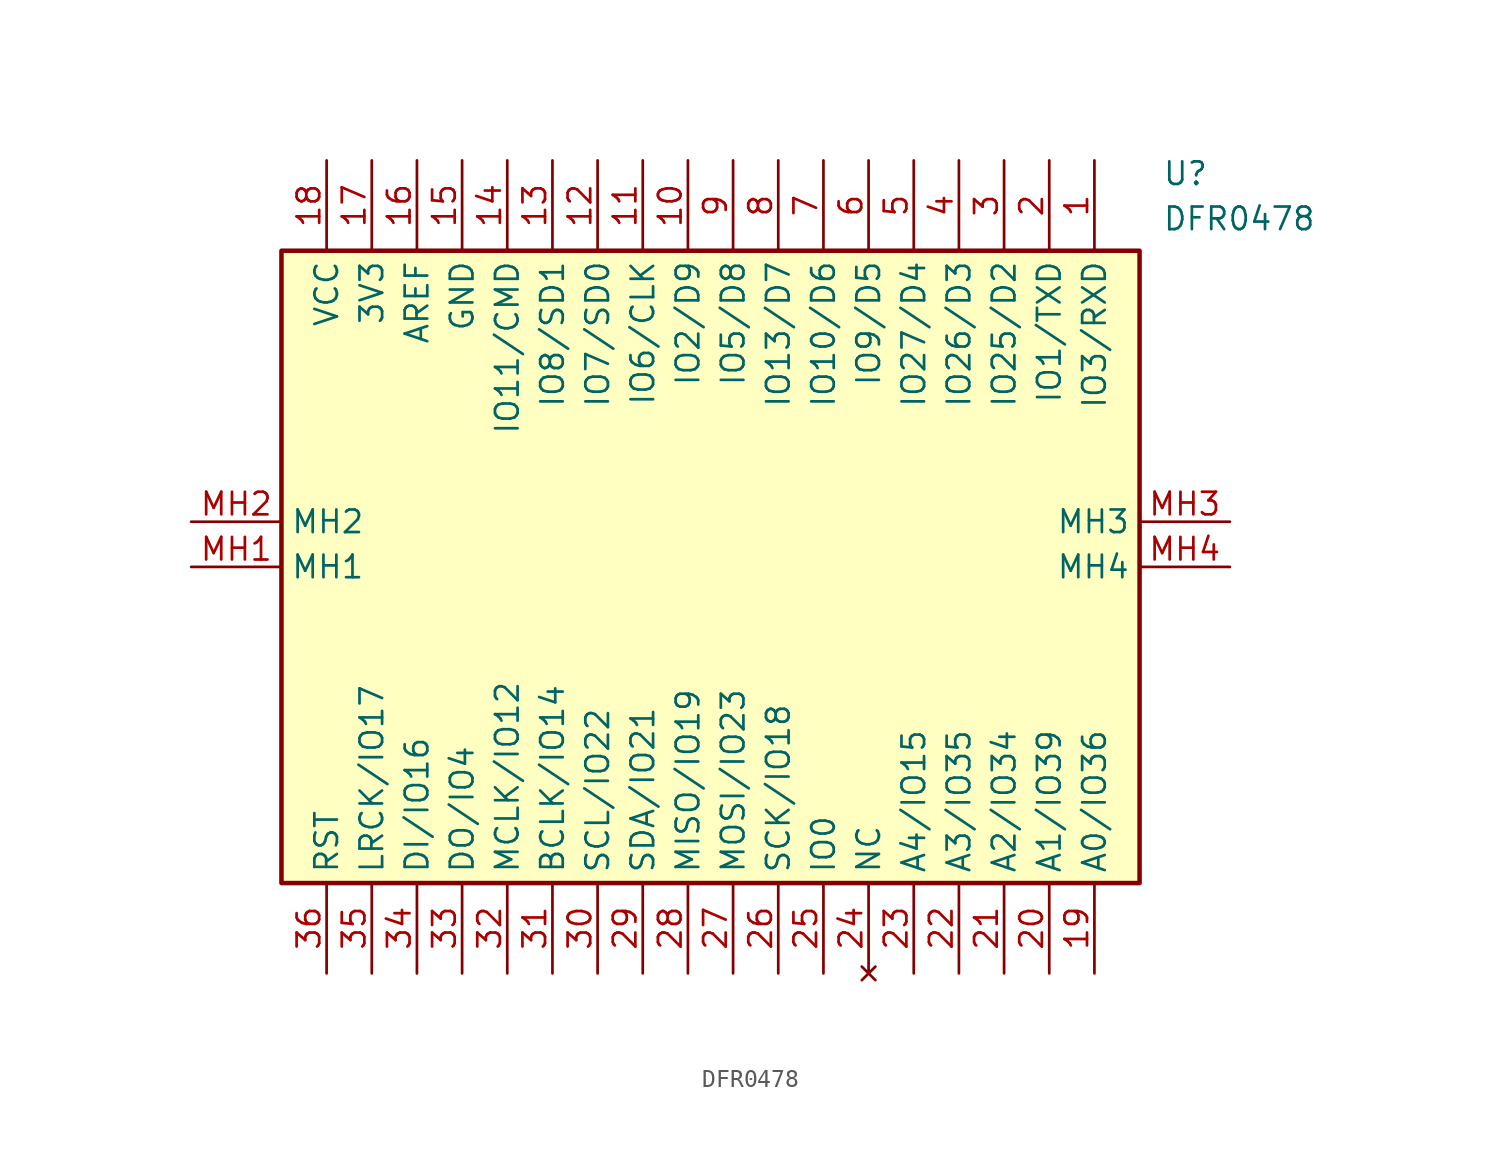
<source format=kicad_sym>
(kicad_symbol_lib
  (version 20241209)
  (generator "kicad_symbol_editor")
  (generator_version "9.0")
  (symbol "DFR0478"
    (property "Reference" "U"
      (at 54.61 20.32 0)
      (effects (font (size 1.27 1.27)) (justify left top)))
    (property "Value" "DFR0478"
      (at 54.61 17.78 0)
      (effects (font (size 1.27 1.27)) (justify left top)))
    (symbol "DFR0478_1_1"
      (rectangle (start 5.08 15.24) (end 53.34 -20.32) (stroke (width 0.254) (type default)) (fill (type background)))
      (pin passive line (at 0 0 0) (length 5.08) (name "MH2" (effects (font (size 1.27 1.27)))) (number "MH2" (effects (font (size 1.27 1.27)))))
      (pin passive line (at 0 -2.54 0) (length 5.08) (name "MH1" (effects (font (size 1.27 1.27)))) (number "MH1" (effects (font (size 1.27 1.27)))))
      (pin passive line (at 7.62 20.32 270) (length 5.08) (name "VCC" (effects (font (size 1.27 1.27)))) (number "18" (effects (font (size 1.27 1.27)))))
      (pin passive line (at 7.62 -25.4 90) (length 5.08) (name "RST" (effects (font (size 1.27 1.27)))) (number "36" (effects (font (size 1.27 1.27)))))
      (pin passive line (at 10.16 20.32 270) (length 5.08) (name "3V3" (effects (font (size 1.27 1.27)))) (number "17" (effects (font (size 1.27 1.27)))))
      (pin passive line (at 10.16 -25.4 90) (length 5.08) (name "LRCK/IO17" (effects (font (size 1.27 1.27)))) (number "35" (effects (font (size 1.27 1.27)))))
      (pin passive line (at 12.7 20.32 270) (length 5.08) (name "AREF" (effects (font (size 1.27 1.27)))) (number "16" (effects (font (size 1.27 1.27)))))
      (pin passive line (at 12.7 -25.4 90) (length 5.08) (name "DI/IO16" (effects (font (size 1.27 1.27)))) (number "34" (effects (font (size 1.27 1.27)))))
      (pin passive line (at 15.24 20.32 270) (length 5.08) (name "GND" (effects (font (size 1.27 1.27)))) (number "15" (effects (font (size 1.27 1.27)))))
      (pin passive line (at 15.24 -25.4 90) (length 5.08) (name "DO/IO4" (effects (font (size 1.27 1.27)))) (number "33" (effects (font (size 1.27 1.27)))))
      (pin passive line (at 17.78 20.32 270) (length 5.08) (name "IO11/CMD" (effects (font (size 1.27 1.27)))) (number "14" (effects (font (size 1.27 1.27)))))
      (pin passive line (at 17.78 -25.4 90) (length 5.08) (name "MCLK/IO12" (effects (font (size 1.27 1.27)))) (number "32" (effects (font (size 1.27 1.27)))))
      (pin passive line (at 20.32 20.32 270) (length 5.08) (name "IO8/SD1" (effects (font (size 1.27 1.27)))) (number "13" (effects (font (size 1.27 1.27)))))
      (pin passive line (at 20.32 -25.4 90) (length 5.08) (name "BCLK/IO14" (effects (font (size 1.27 1.27)))) (number "31" (effects (font (size 1.27 1.27)))))
      (pin passive line (at 22.86 20.32 270) (length 5.08) (name "IO7/SD0" (effects (font (size 1.27 1.27)))) (number "12" (effects (font (size 1.27 1.27)))))
      (pin passive line (at 22.86 -25.4 90) (length 5.08) (name "SCL/IO22" (effects (font (size 1.27 1.27)))) (number "30" (effects (font (size 1.27 1.27)))))
      (pin passive line (at 25.4 20.32 270) (length 5.08) (name "IO6/CLK" (effects (font (size 1.27 1.27)))) (number "11" (effects (font (size 1.27 1.27)))))
      (pin passive line (at 25.4 -25.4 90) (length 5.08) (name "SDA/IO21" (effects (font (size 1.27 1.27)))) (number "29" (effects (font (size 1.27 1.27)))))
      (pin passive line (at 27.94 20.32 270) (length 5.08) (name "IO2/D9" (effects (font (size 1.27 1.27)))) (number "10" (effects (font (size 1.27 1.27)))))
      (pin passive line (at 27.94 -25.4 90) (length 5.08) (name "MISO/IO19" (effects (font (size 1.27 1.27)))) (number "28" (effects (font (size 1.27 1.27)))))
      (pin passive line (at 30.48 20.32 270) (length 5.08) (name "IO5/D8" (effects (font (size 1.27 1.27)))) (number "9" (effects (font (size 1.27 1.27)))))
      (pin passive line (at 30.48 -25.4 90) (length 5.08) (name "MOSI/IO23" (effects (font (size 1.27 1.27)))) (number "27" (effects (font (size 1.27 1.27)))))
      (pin passive line (at 33.02 20.32 270) (length 5.08) (name "IO13/D7" (effects (font (size 1.27 1.27)))) (number "8" (effects (font (size 1.27 1.27)))))
      (pin passive line (at 33.02 -25.4 90) (length 5.08) (name "SCK/IO18" (effects (font (size 1.27 1.27)))) (number "26" (effects (font (size 1.27 1.27)))))
      (pin passive line (at 35.56 20.32 270) (length 5.08) (name "IO10/D6" (effects (font (size 1.27 1.27)))) (number "7" (effects (font (size 1.27 1.27)))))
      (pin passive line (at 35.56 -25.4 90) (length 5.08) (name "IO0" (effects (font (size 1.27 1.27)))) (number "25" (effects (font (size 1.27 1.27)))))
      (pin passive line (at 38.1 20.32 270) (length 5.08) (name "IO9/D5" (effects (font (size 1.27 1.27)))) (number "6" (effects (font (size 1.27 1.27)))))
      (pin no_connect line (at 38.1 -25.4 90) (length 5.08) (name "NC" (effects (font (size 1.27 1.27)))) (number "24" (effects (font (size 1.27 1.27)))))
      (pin passive line (at 40.64 20.32 270) (length 5.08) (name "IO27/D4" (effects (font (size 1.27 1.27)))) (number "5" (effects (font (size 1.27 1.27)))))
      (pin passive line (at 40.64 -25.4 90) (length 5.08) (name "A4/IO15" (effects (font (size 1.27 1.27)))) (number "23" (effects (font (size 1.27 1.27)))))
      (pin passive line (at 43.18 20.32 270) (length 5.08) (name "IO26/D3" (effects (font (size 1.27 1.27)))) (number "4" (effects (font (size 1.27 1.27)))))
      (pin passive line (at 43.18 -25.4 90) (length 5.08) (name "A3/IO35" (effects (font (size 1.27 1.27)))) (number "22" (effects (font (size 1.27 1.27)))))
      (pin passive line (at 45.72 20.32 270) (length 5.08) (name "IO25/D2" (effects (font (size 1.27 1.27)))) (number "3" (effects (font (size 1.27 1.27)))))
      (pin passive line (at 45.72 -25.4 90) (length 5.08) (name "A2/IO34" (effects (font (size 1.27 1.27)))) (number "21" (effects (font (size 1.27 1.27)))))
      (pin passive line (at 48.26 20.32 270) (length 5.08) (name "IO1/TXD" (effects (font (size 1.27 1.27)))) (number "2" (effects (font (size 1.27 1.27)))))
      (pin passive line (at 48.26 -25.4 90) (length 5.08) (name "A1/IO39" (effects (font (size 1.27 1.27)))) (number "20" (effects (font (size 1.27 1.27)))))
      (pin passive line (at 50.8 20.32 270) (length 5.08) (name "IO3/RXD" (effects (font (size 1.27 1.27)))) (number "1" (effects (font (size 1.27 1.27)))))
      (pin passive line (at 50.8 -25.4 90) (length 5.08) (name "A0/IO36" (effects (font (size 1.27 1.27)))) (number "19" (effects (font (size 1.27 1.27)))))
      (pin passive line (at 58.42 0 180) (length 5.08) (name "MH3" (effects (font (size 1.27 1.27)))) (number "MH3" (effects (font (size 1.27 1.27)))))
      (pin passive line (at 58.42 -2.54 180) (length 5.08) (name "MH4" (effects (font (size 1.27 1.27)))) (number "MH4" (effects (font (size 1.27 1.27))))))))
</source>
